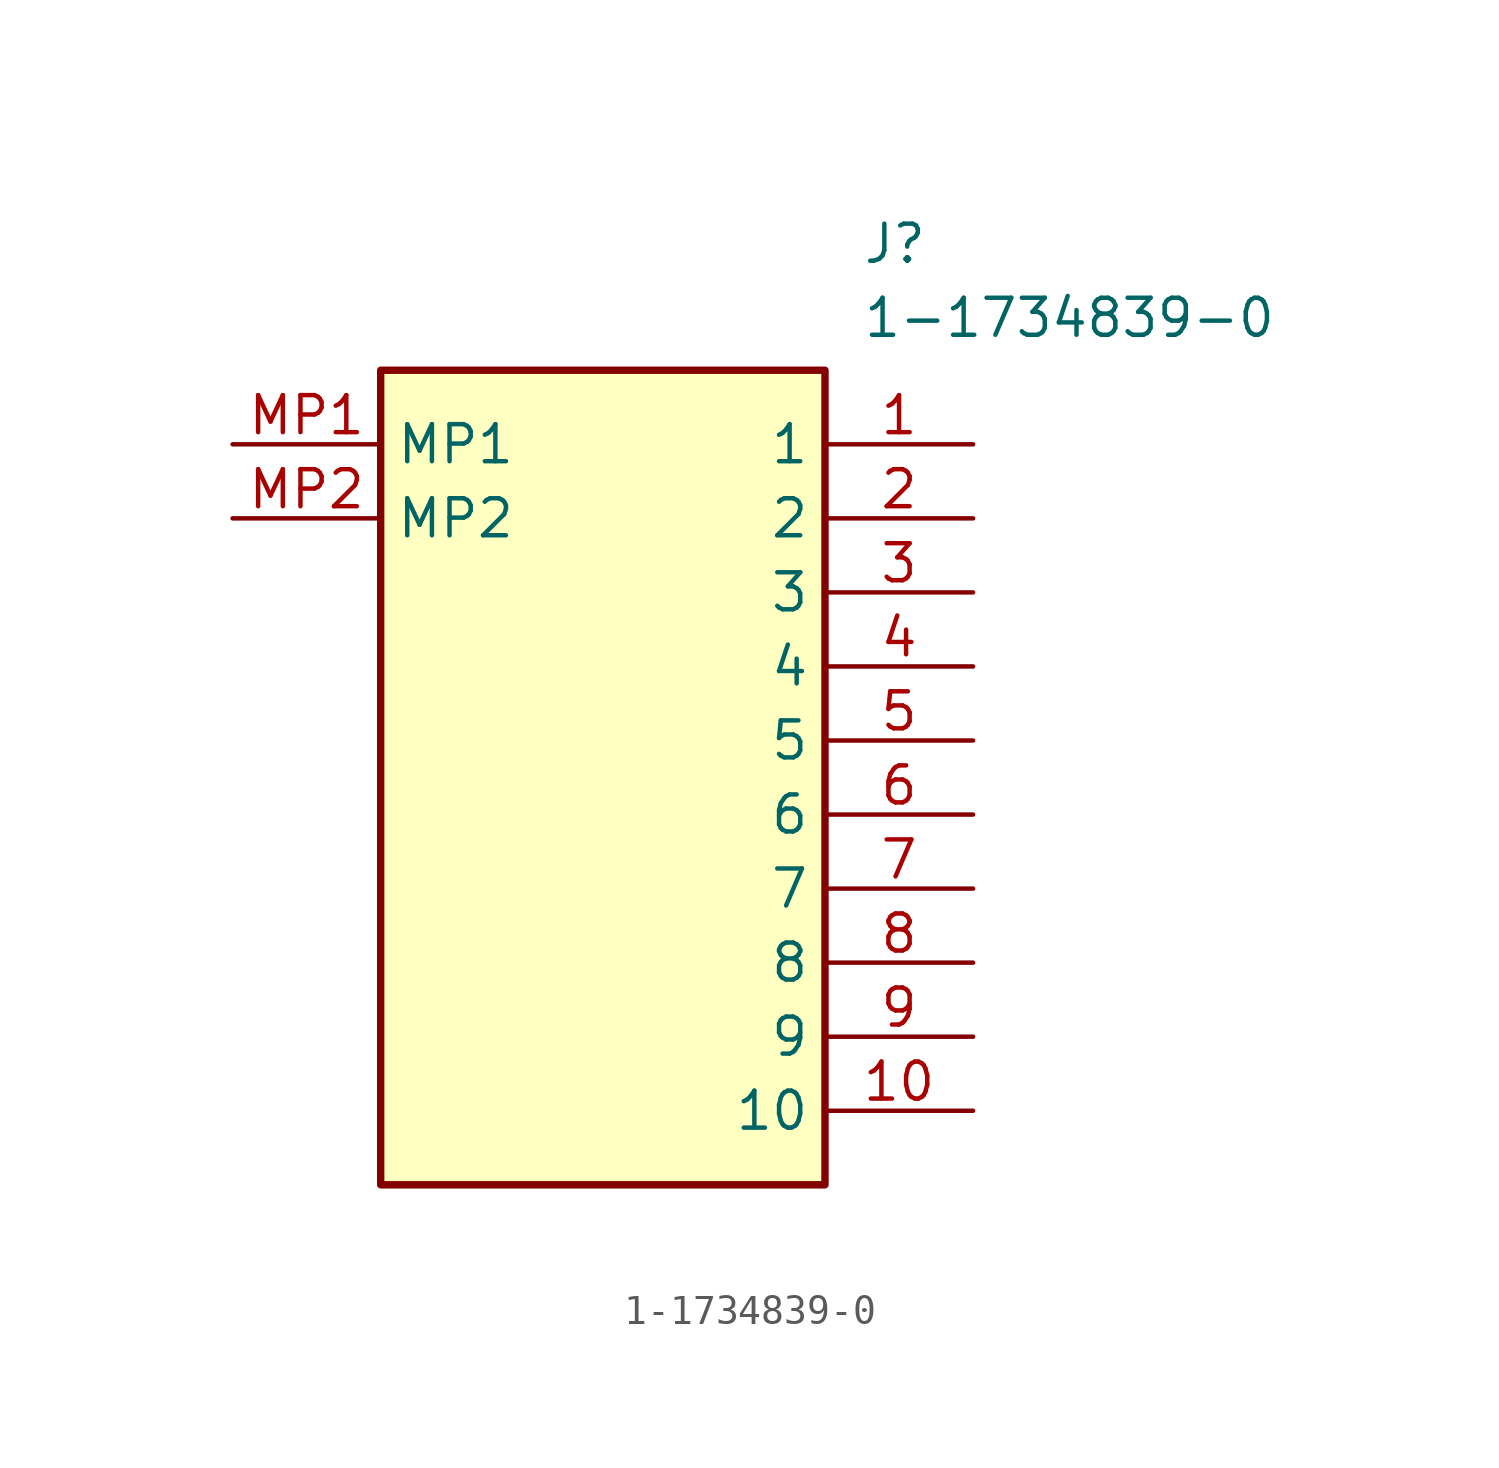
<source format=kicad_sym>
(kicad_symbol_lib
  (version 20211014)
  (generator SamacSys_ECAD_Model)
  (symbol "1-1734839-0"
    (property "Reference" "J"
      (at 21.59 7.62 0)
      (effects (font (size 1.27 1.27)) (justify left top)))
    (property "Value" "1-1734839-0"
      (at 21.59 5.08 0)
      (effects (font (size 1.27 1.27)) (justify left top)))
    (rectangle
      (start 5.08 2.54)
      (end 20.32 -25.4)
      (stroke (width 0.254) (type default))
      (fill (type background)))
    (pin passive line
      (at 25.4 0 180)
      (length 5.08)
      (name "1" (effects (font (size 1.27 1.27))))
      (number "1" (effects (font (size 1.27 1.27)))))
    (pin passive line
      (at 25.4 -2.54 180)
      (length 5.08)
      (name "2" (effects (font (size 1.27 1.27))))
      (number "2" (effects (font (size 1.27 1.27)))))
    (pin passive line
      (at 25.4 -5.08 180)
      (length 5.08)
      (name "3" (effects (font (size 1.27 1.27))))
      (number "3" (effects (font (size 1.27 1.27)))))
    (pin passive line
      (at 25.4 -7.62 180)
      (length 5.08)
      (name "4" (effects (font (size 1.27 1.27))))
      (number "4" (effects (font (size 1.27 1.27)))))
    (pin passive line
      (at 25.4 -10.16 180)
      (length 5.08)
      (name "5" (effects (font (size 1.27 1.27))))
      (number "5" (effects (font (size 1.27 1.27)))))
    (pin passive line
      (at 25.4 -12.7 180)
      (length 5.08)
      (name "6" (effects (font (size 1.27 1.27))))
      (number "6" (effects (font (size 1.27 1.27)))))
    (pin passive line
      (at 25.4 -15.24 180)
      (length 5.08)
      (name "7" (effects (font (size 1.27 1.27))))
      (number "7" (effects (font (size 1.27 1.27)))))
    (pin passive line
      (at 25.4 -17.78 180)
      (length 5.08)
      (name "8" (effects (font (size 1.27 1.27))))
      (number "8" (effects (font (size 1.27 1.27)))))
    (pin passive line
      (at 25.4 -20.32 180)
      (length 5.08)
      (name "9" (effects (font (size 1.27 1.27))))
      (number "9" (effects (font (size 1.27 1.27)))))
    (pin passive line
      (at 25.4 -22.86 180)
      (length 5.08)
      (name "10" (effects (font (size 1.27 1.27))))
      (number "10" (effects (font (size 1.27 1.27)))))
    (pin passive line
      (at 0 0 0)
      (length 5.08)
      (name "MP1" (effects (font (size 1.27 1.27))))
      (number "MP1" (effects (font (size 1.27 1.27)))))
    (pin passive line
      (at 0 -2.54 0)
      (length 5.08)
      (name "MP2" (effects (font (size 1.27 1.27))))
      (number "MP2" (effects (font (size 1.27 1.27)))))))
</source>
